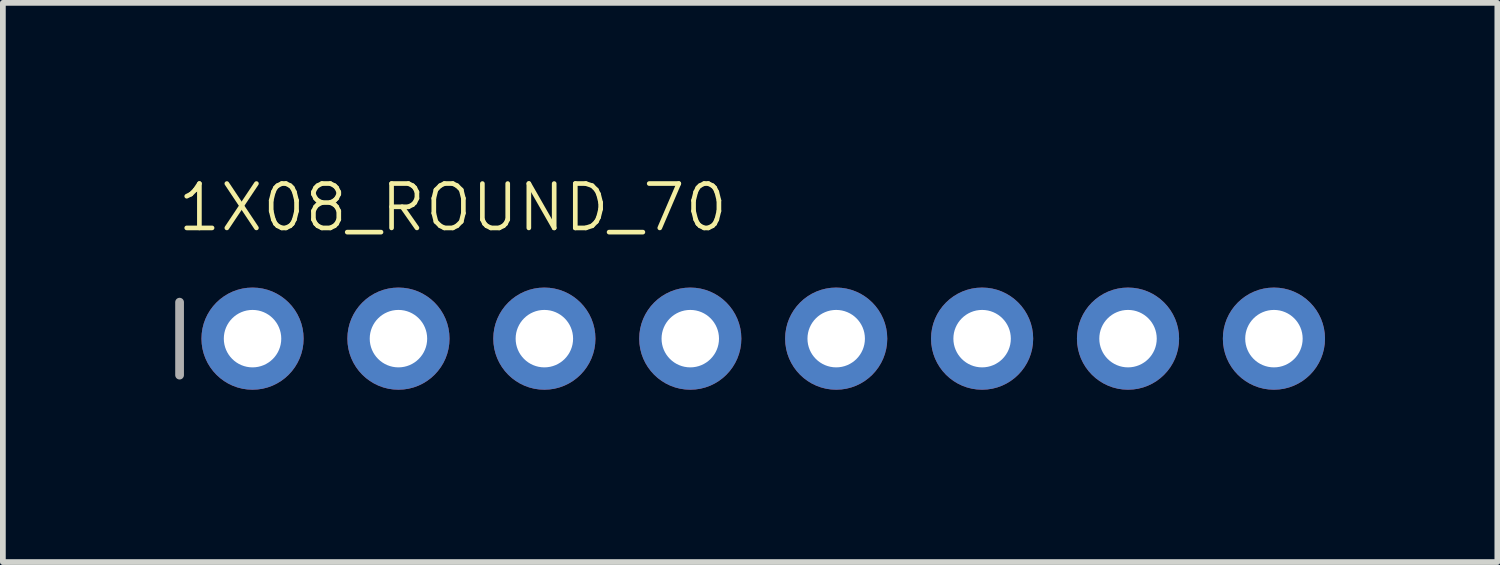
<source format=kicad_pcb>
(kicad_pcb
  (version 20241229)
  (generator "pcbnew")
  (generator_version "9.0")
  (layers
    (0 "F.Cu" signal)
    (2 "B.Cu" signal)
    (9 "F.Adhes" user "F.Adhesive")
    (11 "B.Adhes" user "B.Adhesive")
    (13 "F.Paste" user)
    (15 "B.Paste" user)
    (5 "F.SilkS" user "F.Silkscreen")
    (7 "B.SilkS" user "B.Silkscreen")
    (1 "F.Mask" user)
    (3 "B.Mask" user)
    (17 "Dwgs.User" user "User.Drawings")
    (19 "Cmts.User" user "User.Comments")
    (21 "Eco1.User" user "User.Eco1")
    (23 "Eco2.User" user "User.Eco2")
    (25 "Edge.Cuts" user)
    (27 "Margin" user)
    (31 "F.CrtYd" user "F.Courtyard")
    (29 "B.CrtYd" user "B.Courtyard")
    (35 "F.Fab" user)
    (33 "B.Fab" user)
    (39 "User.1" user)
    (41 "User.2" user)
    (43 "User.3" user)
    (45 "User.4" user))
  (footprint "1X08_ROUND_70"
    (layer "F.Cu")
    (at 10.236 2.845)
    (property "Reference" "1X08_ROUND_70" (at -10.236 -1.829 0) (layer "F.SilkS") (effects (font (size 0.772 0.772) (thickness 0.081)) (justify left bottom)))
    (attr through_hole)
    (fp_line (start -10.16 -0.635) (end -10.16 0.635) (stroke (width 0.152) (type solid)) (layer "F.Fab"))
    (fp_poly (pts (xy -9.144 0.254) (xy -8.636 0.254) (xy -8.636 -0.254) (xy -9.144 -0.254)) (stroke (width 0.1) (type solid)) (fill no) (layer "F.Fab"))
    (fp_poly (pts (xy -6.604 0.254) (xy -6.096 0.254) (xy -6.096 -0.254) (xy -6.604 -0.254)) (stroke (width 0.1) (type solid)) (fill no) (layer "F.Fab"))
    (fp_poly (pts (xy -4.064 0.254) (xy -3.556 0.254) (xy -3.556 -0.254) (xy -4.064 -0.254)) (stroke (width 0.1) (type solid)) (fill no) (layer "F.Fab"))
    (fp_poly (pts (xy -1.524 0.254) (xy -1.016 0.254) (xy -1.016 -0.254) (xy -1.524 -0.254)) (stroke (width 0.1) (type solid)) (fill no) (layer "F.Fab"))
    (fp_poly (pts (xy 1.016 0.254) (xy 1.524 0.254) (xy 1.524 -0.254) (xy 1.016 -0.254)) (stroke (width 0.1) (type solid)) (fill no) (layer "F.Fab"))
    (fp_poly (pts (xy 3.556 0.254) (xy 4.064 0.254) (xy 4.064 -0.254) (xy 3.556 -0.254)) (stroke (width 0.1) (type solid)) (fill no) (layer "F.Fab"))
    (fp_poly (pts (xy 6.096 0.254) (xy 6.604 0.254) (xy 6.604 -0.254) (xy 6.096 -0.254)) (stroke (width 0.1) (type solid)) (fill no) (layer "F.Fab"))
    (fp_poly (pts (xy 8.636 0.254) (xy 9.144 0.254) (xy 9.144 -0.254) (xy 8.636 -0.254)) (stroke (width 0.1) (type solid)) (fill no) (layer "F.Fab"))
    (pad "1" thru_hole circle (at -8.89 0 90) (size 1.778 1.778) (drill 1) (layers "*.Cu" "*.Mask"))
    (pad "2" thru_hole circle (at -6.35 0 90) (size 1.778 1.778) (drill 1) (layers "*.Cu" "*.Mask"))
    (pad "3" thru_hole circle (at -3.81 0 90) (size 1.778 1.778) (drill 1) (layers "*.Cu" "*.Mask"))
    (pad "4" thru_hole circle (at -1.27 0 90) (size 1.778 1.778) (drill 1) (layers "*.Cu" "*.Mask"))
    (pad "5" thru_hole circle (at 1.27 0 90) (size 1.778 1.778) (drill 1) (layers "*.Cu" "*.Mask"))
    (pad "6" thru_hole circle (at 3.81 0 90) (size 1.778 1.778) (drill 1) (layers "*.Cu" "*.Mask"))
    (pad "7" thru_hole circle (at 6.35 0 90) (size 1.778 1.778) (drill 1) (layers "*.Cu" "*.Mask"))
    (pad "8" thru_hole circle (at 8.89 0 90) (size 1.778 1.778) (drill 1) (layers "*.Cu" "*.Mask")))
  (gr_rect
    (start -3 -3)
    (end 23.015 6.734)
    (stroke (width 0.1) (type default))
    (fill no)
    (layer "Edge.Cuts")))
</source>
